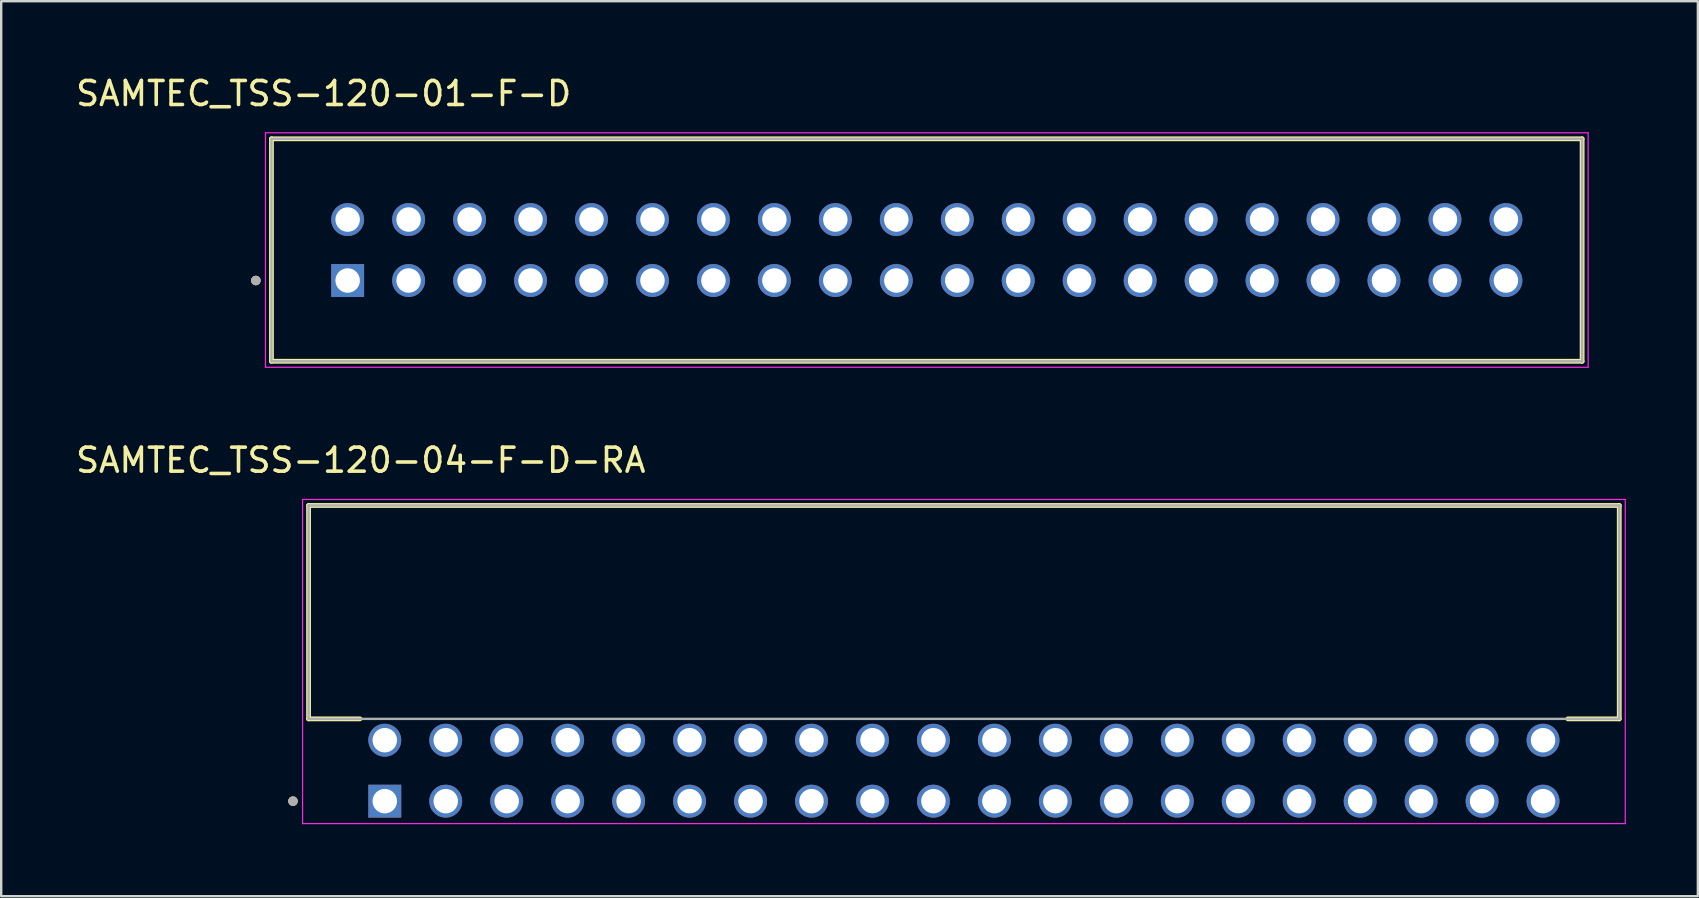
<source format=kicad_pcb>
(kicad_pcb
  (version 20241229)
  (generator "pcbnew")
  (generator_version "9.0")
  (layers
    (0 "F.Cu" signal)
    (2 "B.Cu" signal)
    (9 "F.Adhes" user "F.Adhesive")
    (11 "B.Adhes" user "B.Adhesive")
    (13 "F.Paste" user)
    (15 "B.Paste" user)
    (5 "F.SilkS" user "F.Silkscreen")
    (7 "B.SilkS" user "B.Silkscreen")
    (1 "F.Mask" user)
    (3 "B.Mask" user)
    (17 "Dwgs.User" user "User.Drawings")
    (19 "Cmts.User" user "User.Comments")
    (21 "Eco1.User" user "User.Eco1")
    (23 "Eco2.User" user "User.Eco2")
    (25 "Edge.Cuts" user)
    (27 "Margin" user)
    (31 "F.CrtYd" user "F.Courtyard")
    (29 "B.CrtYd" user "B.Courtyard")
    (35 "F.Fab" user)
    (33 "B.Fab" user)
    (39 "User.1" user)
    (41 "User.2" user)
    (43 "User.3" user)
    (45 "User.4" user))
  (footprint "SAMTEC_TSS-120-01-F-D"
    (layer "F.Cu")
    (at 11.435 8.638)
    (property "Reference" "SAMTEC_TSS-120-01-F-D" (at -1 -7.79 0) (layer "F.SilkS") (effects (font (size 1 1) (thickness 0.15))))
    (attr through_hole)
    (fp_line (start -3.175 3.365) (end -3.175 -5.905) (stroke (width 0.2) (type solid)) (layer "F.SilkS"))
    (fp_line (start 51.435 -5.905) (end -3.175 -5.905) (stroke (width 0.2) (type solid)) (layer "F.SilkS"))
    (fp_line (start 51.435 -5.905) (end 51.435 3.365) (stroke (width 0.2) (type solid)) (layer "F.SilkS"))
    (fp_line (start 51.435 3.365) (end -3.175 3.365) (stroke (width 0.2) (type solid)) (layer "F.SilkS"))
    (fp_circle (center -3.825 0) (end -3.725 0) (stroke (width 0.2) (type solid)) (fill no) (layer "F.SilkS"))
    (fp_line (start -3.425 -6.155) (end 51.685 -6.155) (stroke (width 0.05) (type solid)) (layer "F.CrtYd"))
    (fp_line (start -3.425 3.615) (end -3.425 -6.155) (stroke (width 0.05) (type solid)) (layer "F.CrtYd"))
    (fp_line (start 51.685 -6.155) (end 51.685 3.615) (stroke (width 0.05) (type solid)) (layer "F.CrtYd"))
    (fp_line (start 51.685 3.615) (end -3.425 3.615) (stroke (width 0.05) (type solid)) (layer "F.CrtYd"))
    (fp_line (start -3.175 -5.905) (end 51.435 -5.905) (stroke (width 0.1) (type solid)) (layer "F.Fab"))
    (fp_line (start -3.175 3.365) (end -3.175 -5.905) (stroke (width 0.1) (type solid)) (layer "F.Fab"))
    (fp_line (start 51.435 -5.905) (end 51.435 3.365) (stroke (width 0.1) (type solid)) (layer "F.Fab"))
    (fp_line (start 51.435 3.365) (end -3.175 3.365) (stroke (width 0.1) (type solid)) (layer "F.Fab"))
    (fp_circle (center -3.825 0) (end -3.725 0) (stroke (width 0.2) (type solid)) (fill no) (layer "F.Fab"))
    (pad "01" thru_hole rect (at 0 0) (size 1.37 1.37) (drill 1.02) (layers "*.Cu" "*.Mask"))
    (pad "02" thru_hole circle (at 0 -2.54) (size 1.37 1.37) (drill 1.02) (layers "*.Cu" "*.Mask"))
    (pad "03" thru_hole circle (at 2.54 0) (size 1.37 1.37) (drill 1.02) (layers "*.Cu" "*.Mask"))
    (pad "04" thru_hole circle (at 2.54 -2.54) (size 1.37 1.37) (drill 1.02) (layers "*.Cu" "*.Mask"))
    (pad "05" thru_hole circle (at 5.08 0) (size 1.37 1.37) (drill 1.02) (layers "*.Cu" "*.Mask"))
    (pad "06" thru_hole circle (at 5.08 -2.54) (size 1.37 1.37) (drill 1.02) (layers "*.Cu" "*.Mask"))
    (pad "07" thru_hole circle (at 7.62 0) (size 1.37 1.37) (drill 1.02) (layers "*.Cu" "*.Mask"))
    (pad "08" thru_hole circle (at 7.62 -2.54) (size 1.37 1.37) (drill 1.02) (layers "*.Cu" "*.Mask"))
    (pad "09" thru_hole circle (at 10.16 0) (size 1.37 1.37) (drill 1.02) (layers "*.Cu" "*.Mask"))
    (pad "10" thru_hole circle (at 10.16 -2.54) (size 1.37 1.37) (drill 1.02) (layers "*.Cu" "*.Mask"))
    (pad "11" thru_hole circle (at 12.7 0) (size 1.37 1.37) (drill 1.02) (layers "*.Cu" "*.Mask"))
    (pad "12" thru_hole circle (at 12.7 -2.54) (size 1.37 1.37) (drill 1.02) (layers "*.Cu" "*.Mask"))
    (pad "13" thru_hole circle (at 15.24 0) (size 1.37 1.37) (drill 1.02) (layers "*.Cu" "*.Mask"))
    (pad "14" thru_hole circle (at 15.24 -2.54) (size 1.37 1.37) (drill 1.02) (layers "*.Cu" "*.Mask"))
    (pad "15" thru_hole circle (at 17.78 0) (size 1.37 1.37) (drill 1.02) (layers "*.Cu" "*.Mask"))
    (pad "16" thru_hole circle (at 17.78 -2.54) (size 1.37 1.37) (drill 1.02) (layers "*.Cu" "*.Mask"))
    (pad "17" thru_hole circle (at 20.32 0) (size 1.37 1.37) (drill 1.02) (layers "*.Cu" "*.Mask"))
    (pad "18" thru_hole circle (at 20.32 -2.54) (size 1.37 1.37) (drill 1.02) (layers "*.Cu" "*.Mask"))
    (pad "19" thru_hole circle (at 22.86 0) (size 1.37 1.37) (drill 1.02) (layers "*.Cu" "*.Mask"))
    (pad "20" thru_hole circle (at 22.86 -2.54) (size 1.37 1.37) (drill 1.02) (layers "*.Cu" "*.Mask"))
    (pad "21" thru_hole circle (at 25.4 0) (size 1.37 1.37) (drill 1.02) (layers "*.Cu" "*.Mask"))
    (pad "22" thru_hole circle (at 25.4 -2.54) (size 1.37 1.37) (drill 1.02) (layers "*.Cu" "*.Mask"))
    (pad "23" thru_hole circle (at 27.94 0) (size 1.37 1.37) (drill 1.02) (layers "*.Cu" "*.Mask"))
    (pad "24" thru_hole circle (at 27.94 -2.54) (size 1.37 1.37) (drill 1.02) (layers "*.Cu" "*.Mask"))
    (pad "25" thru_hole circle (at 30.48 0) (size 1.37 1.37) (drill 1.02) (layers "*.Cu" "*.Mask"))
    (pad "26" thru_hole circle (at 30.48 -2.54) (size 1.37 1.37) (drill 1.02) (layers "*.Cu" "*.Mask"))
    (pad "27" thru_hole circle (at 33.02 0) (size 1.37 1.37) (drill 1.02) (layers "*.Cu" "*.Mask"))
    (pad "28" thru_hole circle (at 33.02 -2.54) (size 1.37 1.37) (drill 1.02) (layers "*.Cu" "*.Mask"))
    (pad "29" thru_hole circle (at 35.56 0) (size 1.37 1.37) (drill 1.02) (layers "*.Cu" "*.Mask"))
    (pad "30" thru_hole circle (at 35.56 -2.54) (size 1.37 1.37) (drill 1.02) (layers "*.Cu" "*.Mask"))
    (pad "31" thru_hole circle (at 38.1 0) (size 1.37 1.37) (drill 1.02) (layers "*.Cu" "*.Mask"))
    (pad "32" thru_hole circle (at 38.1 -2.54) (size 1.37 1.37) (drill 1.02) (layers "*.Cu" "*.Mask"))
    (pad "33" thru_hole circle (at 40.64 0) (size 1.37 1.37) (drill 1.02) (layers "*.Cu" "*.Mask"))
    (pad "34" thru_hole circle (at 40.64 -2.54) (size 1.37 1.37) (drill 1.02) (layers "*.Cu" "*.Mask"))
    (pad "35" thru_hole circle (at 43.18 0) (size 1.37 1.37) (drill 1.02) (layers "*.Cu" "*.Mask"))
    (pad "36" thru_hole circle (at 43.18 -2.54) (size 1.37 1.37) (drill 1.02) (layers "*.Cu" "*.Mask"))
    (pad "37" thru_hole circle (at 45.72 0) (size 1.37 1.37) (drill 1.02) (layers "*.Cu" "*.Mask"))
    (pad "38" thru_hole circle (at 45.72 -2.54) (size 1.37 1.37) (drill 1.02) (layers "*.Cu" "*.Mask"))
    (pad "39" thru_hole circle (at 48.26 0) (size 1.37 1.37) (drill 1.02) (layers "*.Cu" "*.Mask"))
    (pad "40" thru_hole circle (at 48.26 -2.54) (size 1.37 1.37) (drill 1.02) (layers "*.Cu" "*.Mask")))
  (footprint "SAMTEC_TSS-120-04-F-D-RA"
    (layer "F.Cu")
    (at 12.982 30.331)
    (property "Reference" "SAMTEC_TSS-120-04-F-D-RA" (at -1 -14.205 0) (layer "F.SilkS") (effects (font (size 1 1) (thickness 0.15))))
    (attr through_hole)
    (fp_line (start -3.175 -12.32) (end 51.435 -12.32) (stroke (width 0.2) (type solid)) (layer "F.SilkS"))
    (fp_line (start -3.175 -3.43) (end -3.175 -12.32) (stroke (width 0.2) (type solid)) (layer "F.SilkS"))
    (fp_line (start -1.035 -3.43) (end -3.175 -3.43) (stroke (width 0.2) (type solid)) (layer "F.SilkS"))
    (fp_line (start 49.295 -3.43) (end 51.435 -3.43) (stroke (width 0.2) (type solid)) (layer "F.SilkS"))
    (fp_line (start 51.435 -12.32) (end 51.435 -3.43) (stroke (width 0.2) (type solid)) (layer "F.SilkS"))
    (fp_circle (center -3.825 0) (end -3.725 0) (stroke (width 0.2) (type solid)) (fill no) (layer "F.SilkS"))
    (fp_line (start -3.425 -12.57) (end 51.685 -12.57) (stroke (width 0.05) (type solid)) (layer "F.CrtYd"))
    (fp_line (start -3.425 0.935) (end -3.425 -12.57) (stroke (width 0.05) (type solid)) (layer "F.CrtYd"))
    (fp_line (start 51.685 -12.57) (end 51.685 0.935) (stroke (width 0.05) (type solid)) (layer "F.CrtYd"))
    (fp_line (start 51.685 0.935) (end -3.425 0.935) (stroke (width 0.05) (type solid)) (layer "F.CrtYd"))
    (fp_line (start -3.175 -12.32) (end 51.435 -12.32) (stroke (width 0.1) (type solid)) (layer "F.Fab"))
    (fp_line (start -3.175 -3.43) (end -3.175 -12.32) (stroke (width 0.1) (type solid)) (layer "F.Fab"))
    (fp_line (start 51.435 -12.32) (end 51.435 -3.43) (stroke (width 0.1) (type solid)) (layer "F.Fab"))
    (fp_line (start 51.435 -3.43) (end -3.175 -3.43) (stroke (width 0.1) (type solid)) (layer "F.Fab"))
    (fp_circle (center -3.825 0) (end -3.725 0) (stroke (width 0.2) (type solid)) (fill no) (layer "F.Fab"))
    (pad "01" thru_hole rect (at 0 0) (size 1.37 1.37) (drill 1.02) (layers "*.Cu" "*.Mask"))
    (pad "02" thru_hole circle (at 0 -2.54) (size 1.37 1.37) (drill 1.02) (layers "*.Cu" "*.Mask"))
    (pad "03" thru_hole circle (at 2.54 0) (size 1.37 1.37) (drill 1.02) (layers "*.Cu" "*.Mask"))
    (pad "04" thru_hole circle (at 2.54 -2.54) (size 1.37 1.37) (drill 1.02) (layers "*.Cu" "*.Mask"))
    (pad "05" thru_hole circle (at 5.08 0) (size 1.37 1.37) (drill 1.02) (layers "*.Cu" "*.Mask"))
    (pad "06" thru_hole circle (at 5.08 -2.54) (size 1.37 1.37) (drill 1.02) (layers "*.Cu" "*.Mask"))
    (pad "07" thru_hole circle (at 7.62 0) (size 1.37 1.37) (drill 1.02) (layers "*.Cu" "*.Mask"))
    (pad "08" thru_hole circle (at 7.62 -2.54) (size 1.37 1.37) (drill 1.02) (layers "*.Cu" "*.Mask"))
    (pad "09" thru_hole circle (at 10.16 0) (size 1.37 1.37) (drill 1.02) (layers "*.Cu" "*.Mask"))
    (pad "10" thru_hole circle (at 10.16 -2.54) (size 1.37 1.37) (drill 1.02) (layers "*.Cu" "*.Mask"))
    (pad "11" thru_hole circle (at 12.7 0) (size 1.37 1.37) (drill 1.02) (layers "*.Cu" "*.Mask"))
    (pad "12" thru_hole circle (at 12.7 -2.54) (size 1.37 1.37) (drill 1.02) (layers "*.Cu" "*.Mask"))
    (pad "13" thru_hole circle (at 15.24 0) (size 1.37 1.37) (drill 1.02) (layers "*.Cu" "*.Mask"))
    (pad "14" thru_hole circle (at 15.24 -2.54) (size 1.37 1.37) (drill 1.02) (layers "*.Cu" "*.Mask"))
    (pad "15" thru_hole circle (at 17.78 0) (size 1.37 1.37) (drill 1.02) (layers "*.Cu" "*.Mask"))
    (pad "16" thru_hole circle (at 17.78 -2.54) (size 1.37 1.37) (drill 1.02) (layers "*.Cu" "*.Mask"))
    (pad "17" thru_hole circle (at 20.32 0) (size 1.37 1.37) (drill 1.02) (layers "*.Cu" "*.Mask"))
    (pad "18" thru_hole circle (at 20.32 -2.54) (size 1.37 1.37) (drill 1.02) (layers "*.Cu" "*.Mask"))
    (pad "19" thru_hole circle (at 22.86 0) (size 1.37 1.37) (drill 1.02) (layers "*.Cu" "*.Mask"))
    (pad "20" thru_hole circle (at 22.86 -2.54) (size 1.37 1.37) (drill 1.02) (layers "*.Cu" "*.Mask"))
    (pad "21" thru_hole circle (at 25.4 0) (size 1.37 1.37) (drill 1.02) (layers "*.Cu" "*.Mask"))
    (pad "22" thru_hole circle (at 25.4 -2.54) (size 1.37 1.37) (drill 1.02) (layers "*.Cu" "*.Mask"))
    (pad "23" thru_hole circle (at 27.94 0) (size 1.37 1.37) (drill 1.02) (layers "*.Cu" "*.Mask"))
    (pad "24" thru_hole circle (at 27.94 -2.54) (size 1.37 1.37) (drill 1.02) (layers "*.Cu" "*.Mask"))
    (pad "25" thru_hole circle (at 30.48 0) (size 1.37 1.37) (drill 1.02) (layers "*.Cu" "*.Mask"))
    (pad "26" thru_hole circle (at 30.48 -2.54) (size 1.37 1.37) (drill 1.02) (layers "*.Cu" "*.Mask"))
    (pad "27" thru_hole circle (at 33.02 0) (size 1.37 1.37) (drill 1.02) (layers "*.Cu" "*.Mask"))
    (pad "28" thru_hole circle (at 33.02 -2.54) (size 1.37 1.37) (drill 1.02) (layers "*.Cu" "*.Mask"))
    (pad "29" thru_hole circle (at 35.56 0) (size 1.37 1.37) (drill 1.02) (layers "*.Cu" "*.Mask"))
    (pad "30" thru_hole circle (at 35.56 -2.54) (size 1.37 1.37) (drill 1.02) (layers "*.Cu" "*.Mask"))
    (pad "31" thru_hole circle (at 38.1 0) (size 1.37 1.37) (drill 1.02) (layers "*.Cu" "*.Mask"))
    (pad "32" thru_hole circle (at 38.1 -2.54) (size 1.37 1.37) (drill 1.02) (layers "*.Cu" "*.Mask"))
    (pad "33" thru_hole circle (at 40.64 0) (size 1.37 1.37) (drill 1.02) (layers "*.Cu" "*.Mask"))
    (pad "34" thru_hole circle (at 40.64 -2.54) (size 1.37 1.37) (drill 1.02) (layers "*.Cu" "*.Mask"))
    (pad "35" thru_hole circle (at 43.18 0) (size 1.37 1.37) (drill 1.02) (layers "*.Cu" "*.Mask"))
    (pad "36" thru_hole circle (at 43.18 -2.54) (size 1.37 1.37) (drill 1.02) (layers "*.Cu" "*.Mask"))
    (pad "37" thru_hole circle (at 45.72 0) (size 1.37 1.37) (drill 1.02) (layers "*.Cu" "*.Mask"))
    (pad "38" thru_hole circle (at 45.72 -2.54) (size 1.37 1.37) (drill 1.02) (layers "*.Cu" "*.Mask"))
    (pad "39" thru_hole circle (at 48.26 0) (size 1.37 1.37) (drill 1.02) (layers "*.Cu" "*.Mask"))
    (pad "40" thru_hole circle (at 48.26 -2.54) (size 1.37 1.37) (drill 1.02) (layers "*.Cu" "*.Mask")))
  (gr_rect
    (start -3 -3)
    (end 67.692 34.291)
    (stroke (width 0.1) (type default))
    (fill no)
    (layer "Edge.Cuts")))
</source>
